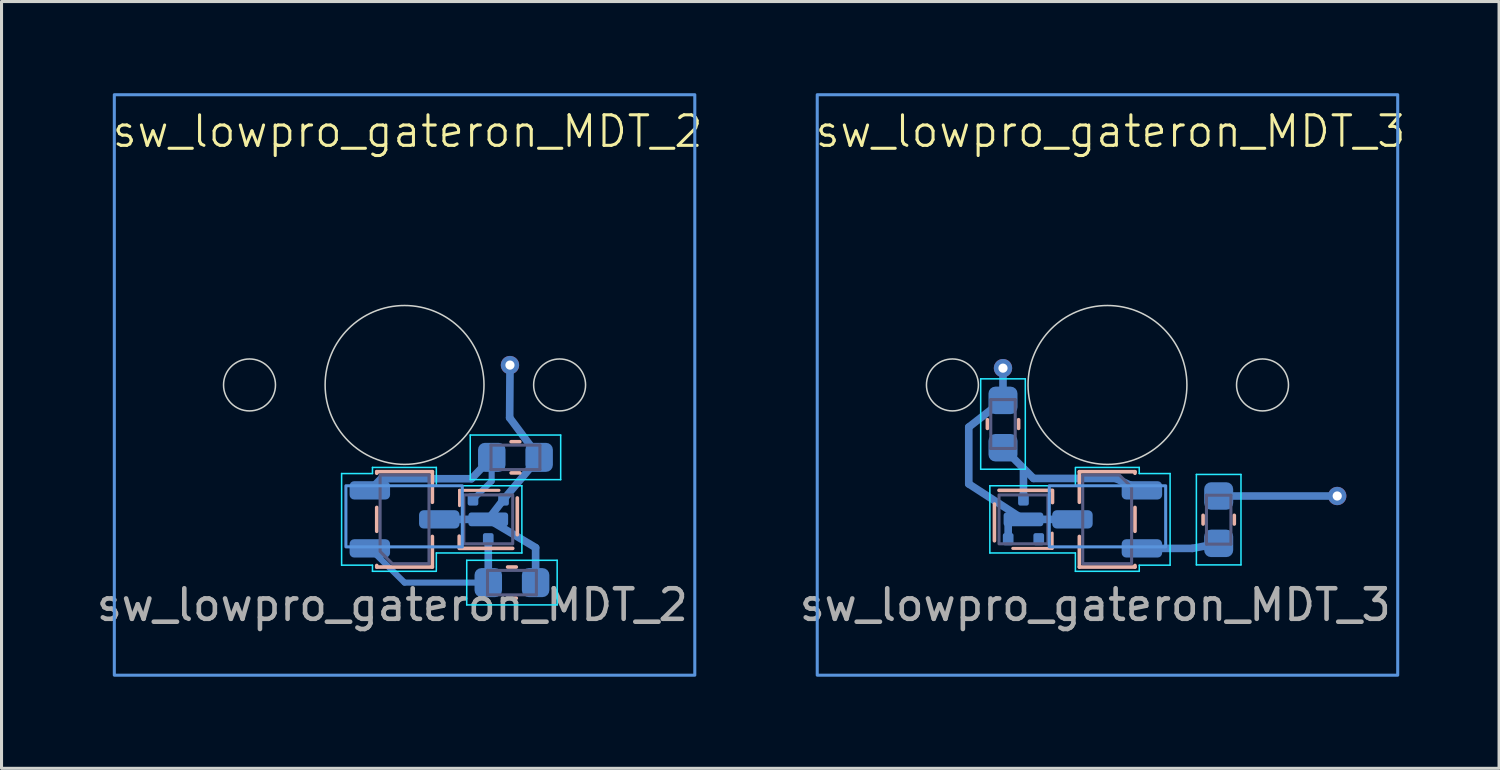
<source format=kicad_pcb>
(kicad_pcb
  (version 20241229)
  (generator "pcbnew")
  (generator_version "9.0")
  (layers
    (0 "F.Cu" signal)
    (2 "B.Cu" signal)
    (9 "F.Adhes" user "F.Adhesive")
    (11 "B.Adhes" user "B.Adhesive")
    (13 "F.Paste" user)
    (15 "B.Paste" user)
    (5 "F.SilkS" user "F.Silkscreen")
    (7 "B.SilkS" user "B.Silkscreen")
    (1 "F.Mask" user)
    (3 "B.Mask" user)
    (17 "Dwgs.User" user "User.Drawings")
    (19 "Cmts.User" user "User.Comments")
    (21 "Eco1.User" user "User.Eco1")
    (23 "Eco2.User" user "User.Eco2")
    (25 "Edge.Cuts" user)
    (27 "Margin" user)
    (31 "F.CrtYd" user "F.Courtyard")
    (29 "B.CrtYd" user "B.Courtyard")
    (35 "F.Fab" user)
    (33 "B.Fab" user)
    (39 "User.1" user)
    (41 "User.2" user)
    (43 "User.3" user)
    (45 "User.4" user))
  (footprint "sw_lowpro_gateron_MDT_2"
    (layer "F.Cu")
    (at 10.192 9.55)
    (property "Reference" "sw_lowpro_gateron_MDT_2" (at 0.1 -8.3 0) (unlocked yes) (layer "F.SilkS") (effects (font (size 1 1) (thickness 0.1))))
    (attr smd)
    (fp_line (start -1.137 3.45) (end -0.76 3.06) (stroke (width 0.25) (type solid)) (layer "B.Cu"))
    (fp_line (start -0.62 3.07) (end 2.18 3.07) (stroke (width 0.25) (type solid)) (layer "B.Cu"))
    (fp_line (start 0 6.47) (end -1.137 5.35) (stroke (width 0.2) (type default)) (layer "B.Cu"))
    (fp_line (start 2.24 3.75) (end 2.85 3.15) (stroke (width 0.2) (type default)) (layer "B.Cu"))
    (fp_line (start 2.74 4.4) (end 1.137 4.4) (stroke (width 0.25) (type solid)) (layer "B.Cu"))
    (fp_line (start 2.74 5.05) (end 2.74 6.47) (stroke (width 0.25) (type solid)) (layer "B.Cu"))
    (fp_line (start 2.74 6.47) (end 0 6.47) (stroke (width 0.2) (type default)) (layer "B.Cu"))
    (fp_line (start 2.85 3.15) (end 2.855 2.37) (stroke (width 0.2) (type default)) (layer "B.Cu"))
    (fp_line (start 2.855 2.37) (end 2.192 3.07) (stroke (width 0.25) (type solid)) (layer "B.Cu"))
    (fp_line (start 3.24 3.75) (end 2.74 4.4) (stroke (width 0.25) (type solid)) (layer "B.Cu"))
    (fp_line (start 3.24 3.75) (end 4.405 2.37) (stroke (width 0.25) (type solid)) (layer "B.Cu"))
    (fp_line (start 3.44 1.075) (end 3.45 -0.35) (stroke (width 0.25) (type solid)) (layer "B.Cu"))
    (fp_line (start 4.29 5.324) (end 2.74 4.4) (stroke (width 0.25) (type solid)) (layer "B.Cu"))
    (fp_line (start 4.29 6.47) (end 4.29 5.33) (stroke (width 0.25) (type solid)) (layer "B.Cu"))
    (fp_line (start 4.405 2.37) (end 3.44 1.075) (stroke (width 0.25) (type solid)) (layer "B.Cu"))
    (fp_line (start -0.91 2.84) (end -0.91 2.89) (stroke (width 0.12) (type solid)) (layer "B.SilkS"))
    (fp_line (start -0.91 4.01) (end -0.91 4.79) (stroke (width 0.12) (type solid)) (layer "B.SilkS"))
    (fp_line (start -0.91 5.91) (end -0.91 5.96) (stroke (width 0.12) (type solid)) (layer "B.SilkS"))
    (fp_line (start -0.91 5.96) (end 0.91 5.96) (stroke (width 0.12) (type solid)) (layer "B.SilkS"))
    (fp_line (start 0.91 2.84) (end -0.91 2.84) (stroke (width 0.12) (type solid)) (layer "B.SilkS"))
    (fp_line (start 0.91 3.84) (end 0.91 2.84) (stroke (width 0.12) (type solid)) (layer "B.SilkS"))
    (fp_line (start 0.91 5.96) (end 0.91 4.96) (stroke (width 0.12) (type solid)) (layer "B.SilkS"))
    (fp_line (start 1.79 4.95) (end 1.79 5.31) (stroke (width 0.12) (type solid)) (layer "B.SilkS"))
    (fp_line (start 1.79 5.35) (end 3.54 5.35) (stroke (width 0.12) (type solid)) (layer "B.SilkS"))
    (fp_line (start 1.8 3.45) (end 1.8 3.95) (stroke (width 0.1) (type default)) (layer "B.SilkS"))
    (fp_line (start 3.09 3.45) (end 1.8 3.45) (stroke (width 0.1) (type default)) (layer "B.SilkS"))
    (fp_line (start 3.374 5.96) (end 3.656 5.96) (stroke (width 0.12) (type solid)) (layer "B.SilkS"))
    (fp_line (start 3.374 6.98) (end 3.656 6.98) (stroke (width 0.12) (type solid)) (layer "B.SilkS"))
    (fp_line (start 3.69 4.9) (end 3.69 3.7) (stroke (width 0.12) (type solid)) (layer "B.SilkS"))
    (fp_line (start 3.771 1.86) (end 3.489 1.86) (stroke (width 0.12) (type solid)) (layer "B.SilkS"))
    (fp_line (start 3.771 2.88) (end 3.489 2.88) (stroke (width 0.12) (type solid)) (layer "B.SilkS"))
    (fp_rect (start -9.5 -9.5) (end 9.5 9.5) (stroke (width 0.1) (type solid)) (fill no) (layer "Cmts.User"))
    (fp_rect (start -1.92 3.3) (end 1.89 5.3) (stroke (width 0.1) (type solid)) (fill no) (layer "Cmts.User"))
    (fp_circle (center 0 0) (end 2.5 0) (stroke (width 0.1) (type default)) (fill no) (layer "Eco1.User"))
    (fp_circle (center -5.075 0) (end -4.225 0) (stroke (width 0.05) (type solid)) (fill no) (layer "Edge.Cuts"))
    (fp_circle (center 0 0) (end 2.6 0) (stroke (width 0.05) (type solid)) (fill no) (layer "Edge.Cuts"))
    (fp_circle (center 5.075 0) (end 5.925 0) (stroke (width 0.05) (type solid)) (fill no) (layer "Edge.Cuts"))
    (fp_line (start -2.06 2.9) (end -2.06 5.9) (stroke (width 0.05) (type solid)) (layer "B.CrtYd"))
    (fp_line (start -2.06 5.9) (end -1.05 5.9) (stroke (width 0.05) (type solid)) (layer "B.CrtYd"))
    (fp_line (start -1.05 2.7) (end -1.05 2.9) (stroke (width 0.05) (type solid)) (layer "B.CrtYd"))
    (fp_line (start -1.05 2.9) (end -2.06 2.9) (stroke (width 0.05) (type solid)) (layer "B.CrtYd"))
    (fp_line (start -1.05 5.9) (end -1.05 6.1) (stroke (width 0.05) (type solid)) (layer "B.CrtYd"))
    (fp_line (start -1.05 6.1) (end 1.04 6.1) (stroke (width 0.05) (type solid)) (layer "B.CrtYd"))
    (fp_line (start 1.04 2.7) (end -1.05 2.7) (stroke (width 0.05) (type solid)) (layer "B.CrtYd"))
    (fp_line (start 1.04 3.3) (end 1.04 2.7) (stroke (width 0.05) (type solid)) (layer "B.CrtYd"))
    (fp_line (start 1.04 5.5) (end 3.84 5.5) (stroke (width 0.05) (type solid)) (layer "B.CrtYd"))
    (fp_line (start 1.04 6.075) (end 1.04 5.5) (stroke (width 0.05) (type solid)) (layer "B.CrtYd"))
    (fp_line (start 2.035 5.74) (end 2.035 7.2) (stroke (width 0.05) (type solid)) (layer "B.CrtYd"))
    (fp_line (start 2.035 7.2) (end 4.995 7.2) (stroke (width 0.05) (type solid)) (layer "B.CrtYd"))
    (fp_line (start 2.15 1.64) (end 2.15 3.1) (stroke (width 0.05) (type solid)) (layer "B.CrtYd"))
    (fp_line (start 2.15 3.1) (end 5.11 3.1) (stroke (width 0.05) (type solid)) (layer "B.CrtYd"))
    (fp_line (start 3.84 3.3) (end 1.04 3.3) (stroke (width 0.05) (type solid)) (layer "B.CrtYd"))
    (fp_line (start 3.84 5.5) (end 3.84 3.3) (stroke (width 0.05) (type solid)) (layer "B.CrtYd"))
    (fp_line (start 4.995 5.74) (end 2.035 5.74) (stroke (width 0.05) (type solid)) (layer "B.CrtYd"))
    (fp_line (start 4.995 7.2) (end 4.995 5.74) (stroke (width 0.05) (type solid)) (layer "B.CrtYd"))
    (fp_line (start 5.11 1.64) (end 2.15 1.64) (stroke (width 0.05) (type solid)) (layer "B.CrtYd"))
    (fp_line (start 5.11 3.1) (end 5.11 1.64) (stroke (width 0.05) (type solid)) (layer "B.CrtYd"))
    (fp_line (start 2.715 6.07) (end 2.715 6.87) (stroke (width 0.1) (type solid)) (layer "B.Fab"))
    (fp_line (start 2.715 6.87) (end 4.315 6.87) (stroke (width 0.1) (type solid)) (layer "B.Fab"))
    (fp_line (start 2.83 1.97) (end 2.83 2.77) (stroke (width 0.1) (type solid)) (layer "B.Fab"))
    (fp_line (start 2.83 2.77) (end 4.43 2.77) (stroke (width 0.1) (type solid)) (layer "B.Fab"))
    (fp_line (start 4.315 6.07) (end 2.715 6.07) (stroke (width 0.1) (type solid)) (layer "B.Fab"))
    (fp_line (start 4.315 6.87) (end 4.315 6.07) (stroke (width 0.1) (type solid)) (layer "B.Fab"))
    (fp_line (start 4.43 1.97) (end 2.83 1.97) (stroke (width 0.1) (type solid)) (layer "B.Fab"))
    (fp_line (start 4.43 2.77) (end 4.43 1.97) (stroke (width 0.1) (type solid)) (layer "B.Fab"))
    (fp_rect (start 1.94 3.6) (end 3.54 5.2) (stroke (width 0.1) (type solid)) (fill no) (layer "B.Fab"))
    (fp_poly (pts (xy -0.8 5.45) (xy -0.8 2.95) (xy 0.8 2.95) (xy 0.8 5.85) (xy -0.4 5.85)) (stroke (width 0.1) (type solid)) (fill no) (layer "B.Fab"))
    (fp_rect (start -2.5 -6) (end 2.5 -3.5) (stroke (width 0.1) (type solid)) (fill no) (layer "User.2"))
    (fp_line (start -0.01 5.55) (end -0.01 3.05) (stroke (width 0.1) (type solid)) (layer "User.3"))
    (fp_line (start 1.885 4.3) (end -1.915 4.3) (stroke (width 0.1) (type solid)) (layer "User.3"))
    (fp_line (start -7 -7) (end 7 -7) (stroke (width 0.1) (type solid)) (layer "User.4"))
    (fp_line (start -7 7) (end -7 -7) (stroke (width 0.1) (type solid)) (layer "User.4"))
    (fp_line (start 7 -7) (end 7 7) (stroke (width 0.1) (type solid)) (layer "User.4"))
    (fp_line (start 7 7) (end -7 7) (stroke (width 0.1) (type solid)) (layer "User.4"))
    (fp_circle (center -0.01 4.3) (end -1.26 4.3) (stroke (width 0.1) (type solid)) (fill no) (layer "User.4"))
    (fp_text user "${REFERENCE}" (at -0.4 7.2 0) (unlocked yes) (layer "F.Fab") (effects (font (size 1 1) (thickness 0.15))))
    (pad "1" smd roundrect (at -1.137 5.35 180) (size 1.325 0.6) (layers "B.Cu" "B.Mask" "B.Paste") (roundrect_rratio 0.25))
    (pad "1" smd roundrect (at 2.74 5.05 90) (size 0.4 0.35) (layers "B.Cu" "B.Mask" "B.Paste") (roundrect_rratio 0.2))
    (pad "1" smd roundrect (at 2.74 6.47 180) (size 0.9 0.95) (layers "B.Cu" "B.Mask" "B.Paste") (roundrect_rratio 0.25))
    (pad "2" smd roundrect (at -1.137 3.45 180) (size 1.325 0.6) (layers "B.Cu" "B.Mask" "B.Paste") (roundrect_rratio 0.25))
    (pad "2" smd roundrect (at 2.24 3.75 90) (size 0.4 0.35) (layers "B.Cu" "B.Mask" "B.Paste") (roundrect_rratio 0.2))
    (pad "2" smd roundrect (at 2.855 2.37) (size 0.9 0.95) (layers "B.Cu" "B.Mask" "B.Paste") (roundrect_rratio 0.25))
    (pad "3" smd roundrect (at 1.137 4.4 180) (size 1.325 0.6) (layers "B.Cu" "B.Mask" "B.Paste") (roundrect_rratio 0.25))
    (pad "3" smd roundrect (at 2.74 4.4 90) (size 0.45 1.3) (layers "B.Cu" "B.Mask" "B.Paste") (roundrect_rratio 0.2))
    (pad "3" smd roundrect (at 3.24 3.75 90) (size 0.4 0.35) (layers "B.Cu" "B.Mask" "B.Paste") (roundrect_rratio 0.2))
    (pad "3" thru_hole circle (at 3.45 -0.65 270) (size 0.6 0.6) (drill 0.3) (layers "*.Cu" "*.Mask"))
    (pad "3" smd roundrect (at 4.29 6.47 180) (size 0.9 0.95) (layers "B.Cu" "B.Mask" "B.Paste") (roundrect_rratio 0.25))
    (pad "3" smd roundrect (at 4.405 2.37) (size 0.9 0.95) (layers "B.Cu" "B.Mask" "B.Paste") (roundrect_rratio 0.25))
    (zone (net_name "") (layers "F.Cu" "B.Cu") (hatch edge 0.5) (connect_pads) (min_thickness 0.25) (filled_areas_thickness no) (keepout (tracks allowed) (vias allowed) (pads allowed) (copperpour not_allowed) (footprints allowed)) (placement (enabled no)) (fill) (polygon (pts (xy 3.192 9.55) (xy 17.192 9.55) (xy 17.192 19.05) (xy 3.192 19.05))))
    (zone (net_name "") (layer "User.6") (hatch edge 0.5) (connect_pads) (min_thickness 0.25) (filled_areas_thickness no) (keepout (tracks allowed) (vias allowed) (pads allowed) (copperpour not_allowed) (footprints allowed)) (placement (enabled no)) (fill) (polygon (pts (xy 3.192 9.55) (xy 17.192 9.55) (xy 17.192 19.05) (xy 3.292 19.05)))))
  (footprint "sw_lowpro_gateron_MDT_3"
    (layer "F.Cu")
    (at 33.2 9.55)
    (property "Reference" "sw_lowpro_gateron_MDT_3" (at 0.1 -8.3 0) (unlocked yes) (layer "F.SilkS") (effects (font (size 1 1) (thickness 0.1))))
    (attr smd)
    (fp_line (start -4.54 1.38) (end -4.54 3.24) (stroke (width 0.25) (type solid)) (layer "B.Cu"))
    (fp_line (start -4.54 3.24) (end -2.75 4.4) (stroke (width 0.25) (type solid)) (layer "B.Cu"))
    (fp_line (start -3.42 0.505) (end -4.54 1.38) (stroke (width 0.25) (type solid)) (layer "B.Cu"))
    (fp_line (start -3.42 0.505) (end -3.42 -0.25) (stroke (width 0.25) (type solid)) (layer "B.Cu"))
    (fp_line (start -3.42 2.055) (end -2.42 3.06) (stroke (width 0.25) (type solid)) (layer "B.Cu"))
    (fp_line (start -3.25 5.05) (end -3.25 4.4) (stroke (width 0.25) (type solid)) (layer "B.Cu"))
    (fp_line (start -2.75 3.75) (end -2.75 2.75) (stroke (width 0.25) (type solid)) (layer "B.Cu"))
    (fp_line (start -2.75 4.4) (end -1.147 4.4) (stroke (width 0.25) (type solid)) (layer "B.Cu"))
    (fp_line (start -2.42 3.06) (end 0.26 3.06) (stroke (width 0.25) (type solid)) (layer "B.Cu"))
    (fp_line (start 0.26 3.06) (end 1.127 3.45) (stroke (width 0.25) (type solid)) (layer "B.Cu"))
    (fp_line (start 1.127 5.35) (end 2.78 5.35) (stroke (width 0.25) (type solid)) (layer "B.Cu"))
    (fp_line (start 2.78 5.35) (end 3.64 5.185) (stroke (width 0.25) (type solid)) (layer "B.Cu"))
    (fp_line (start 3.64 3.635) (end 7.22 3.635) (stroke (width 0.25) (type solid)) (layer "B.Cu"))
    (fp_line (start -3.93 1.421) (end -3.93 1.139) (stroke (width 0.12) (type solid)) (layer "B.SilkS"))
    (fp_line (start -3.7 3.9) (end -3.7 5.1) (stroke (width 0.12) (type solid)) (layer "B.SilkS"))
    (fp_line (start -3.1 5.35) (end -1.81 5.35) (stroke (width 0.1) (type default)) (layer "B.SilkS"))
    (fp_line (start -2.91 1.421) (end -2.91 1.139) (stroke (width 0.12) (type solid)) (layer "B.SilkS"))
    (fp_line (start -1.81 5.35) (end -1.81 4.85) (stroke (width 0.1) (type default)) (layer "B.SilkS"))
    (fp_line (start -1.8 3.45) (end -3.55 3.45) (stroke (width 0.12) (type solid)) (layer "B.SilkS"))
    (fp_line (start -1.8 3.85) (end -1.8 3.49) (stroke (width 0.12) (type solid)) (layer "B.SilkS"))
    (fp_line (start -0.92 2.84) (end -0.92 3.84) (stroke (width 0.12) (type solid)) (layer "B.SilkS"))
    (fp_line (start -0.92 4.96) (end -0.92 5.96) (stroke (width 0.12) (type solid)) (layer "B.SilkS"))
    (fp_line (start -0.92 5.96) (end 0.9 5.96) (stroke (width 0.12) (type solid)) (layer "B.SilkS"))
    (fp_line (start 0.9 2.84) (end -0.92 2.84) (stroke (width 0.12) (type solid)) (layer "B.SilkS"))
    (fp_line (start 0.9 2.89) (end 0.9 2.84) (stroke (width 0.12) (type solid)) (layer "B.SilkS"))
    (fp_line (start 0.9 4.79) (end 0.9 4.01) (stroke (width 0.12) (type solid)) (layer "B.SilkS"))
    (fp_line (start 0.9 5.96) (end 0.9 5.91) (stroke (width 0.12) (type solid)) (layer "B.SilkS"))
    (fp_line (start 3.13 4.269) (end 3.13 4.551) (stroke (width 0.12) (type solid)) (layer "B.SilkS"))
    (fp_line (start 4.15 4.269) (end 4.15 4.551) (stroke (width 0.12) (type solid)) (layer "B.SilkS"))
    (fp_rect (start -9.5 -9.5) (end 9.5 9.5) (stroke (width 0.1) (type solid)) (fill no) (layer "Cmts.User"))
    (fp_rect (start -1.905 3.3) (end 1.905 5.3) (stroke (width 0.1) (type solid)) (fill no) (layer "Cmts.User"))
    (fp_circle (center 0 0) (end 2.5 0) (stroke (width 0.1) (type default)) (fill no) (layer "Eco1.User"))
    (fp_circle (center -5.075 0) (end -4.225 0) (stroke (width 0.05) (type solid)) (fill no) (layer "Edge.Cuts"))
    (fp_circle (center 0 0) (end 2.6 0) (stroke (width 0.05) (type solid)) (fill no) (layer "Edge.Cuts"))
    (fp_circle (center 5.075 0) (end 5.925 0) (stroke (width 0.05) (type solid)) (fill no) (layer "Edge.Cuts"))
    (fp_line (start -4.15 -0.2) (end -4.15 2.76) (stroke (width 0.05) (type solid)) (layer "B.CrtYd"))
    (fp_line (start -4.15 2.76) (end -2.69 2.76) (stroke (width 0.05) (type solid)) (layer "B.CrtYd"))
    (fp_line (start -3.85 3.3) (end -3.85 5.5) (stroke (width 0.05) (type solid)) (layer "B.CrtYd"))
    (fp_line (start -3.85 5.5) (end -1.05 5.5) (stroke (width 0.05) (type solid)) (layer "B.CrtYd"))
    (fp_line (start -2.69 -0.2) (end -4.15 -0.2) (stroke (width 0.05) (type solid)) (layer "B.CrtYd"))
    (fp_line (start -2.69 2.76) (end -2.69 -0.2) (stroke (width 0.05) (type solid)) (layer "B.CrtYd"))
    (fp_line (start -1.05 2.725) (end -1.05 3.3) (stroke (width 0.05) (type solid)) (layer "B.CrtYd"))
    (fp_line (start -1.05 3.3) (end -3.85 3.3) (stroke (width 0.05) (type solid)) (layer "B.CrtYd"))
    (fp_line (start -1.05 5.5) (end -1.05 6.1) (stroke (width 0.05) (type solid)) (layer "B.CrtYd"))
    (fp_line (start -1.05 6.1) (end 1.04 6.1) (stroke (width 0.05) (type solid)) (layer "B.CrtYd"))
    (fp_line (start 1.04 2.7) (end -1.05 2.7) (stroke (width 0.05) (type solid)) (layer "B.CrtYd"))
    (fp_line (start 1.04 2.9) (end 1.04 2.7) (stroke (width 0.05) (type solid)) (layer "B.CrtYd"))
    (fp_line (start 1.04 5.9) (end 2.05 5.9) (stroke (width 0.05) (type solid)) (layer "B.CrtYd"))
    (fp_line (start 1.04 6.1) (end 1.04 5.9) (stroke (width 0.05) (type solid)) (layer "B.CrtYd"))
    (fp_line (start 2.05 2.9) (end 1.04 2.9) (stroke (width 0.05) (type solid)) (layer "B.CrtYd"))
    (fp_line (start 2.05 5.9) (end 2.05 2.9) (stroke (width 0.05) (type solid)) (layer "B.CrtYd"))
    (fp_line (start 2.91 2.93) (end 2.91 5.89) (stroke (width 0.05) (type solid)) (layer "B.CrtYd"))
    (fp_line (start 2.91 5.89) (end 4.37 5.89) (stroke (width 0.05) (type solid)) (layer "B.CrtYd"))
    (fp_line (start 4.37 2.93) (end 2.91 2.93) (stroke (width 0.05) (type solid)) (layer "B.CrtYd"))
    (fp_line (start 4.37 5.89) (end 4.37 2.93) (stroke (width 0.05) (type solid)) (layer "B.CrtYd"))
    (fp_line (start -3.82 0.48) (end -3.82 2.08) (stroke (width 0.1) (type solid)) (layer "B.Fab"))
    (fp_line (start -3.82 2.08) (end -3.02 2.08) (stroke (width 0.1) (type solid)) (layer "B.Fab"))
    (fp_line (start -3.02 0.48) (end -3.82 0.48) (stroke (width 0.1) (type solid)) (layer "B.Fab"))
    (fp_line (start -3.02 2.08) (end -3.02 0.48) (stroke (width 0.1) (type solid)) (layer "B.Fab"))
    (fp_line (start 3.24 3.61) (end 3.24 5.21) (stroke (width 0.1) (type solid)) (layer "B.Fab"))
    (fp_line (start 3.24 5.21) (end 4.04 5.21) (stroke (width 0.1) (type solid)) (layer "B.Fab"))
    (fp_line (start 4.04 3.61) (end 3.24 3.61) (stroke (width 0.1) (type solid)) (layer "B.Fab"))
    (fp_line (start 4.04 5.21) (end 4.04 3.61) (stroke (width 0.1) (type solid)) (layer "B.Fab"))
    (fp_rect (start -3.55 3.6) (end -1.95 5.2) (stroke (width 0.1) (type solid)) (fill no) (layer "B.Fab"))
    (fp_poly (pts (xy 0.79 3.35) (xy 0.79 5.85) (xy -0.81 5.85) (xy -0.81 2.95) (xy 0.39 2.95)) (stroke (width 0.1) (type solid)) (fill no) (layer "B.Fab"))
    (fp_rect (start -2.5 -6) (end 2.5 -3.5) (stroke (width 0.1) (type solid)) (fill no) (layer "User.2"))
    (fp_line (start -1.905 4.3) (end 1.905 4.3) (stroke (width 0.1) (type solid)) (layer "User.3"))
    (fp_line (start 0 3.25) (end 0 5.75) (stroke (width 0.1) (type solid)) (layer "User.3"))
    (fp_line (start -7 -7) (end 7 -7) (stroke (width 0.1) (type solid)) (layer "User.4"))
    (fp_line (start -7 7) (end -7 -7) (stroke (width 0.1) (type solid)) (layer "User.4"))
    (fp_line (start 7 -7) (end 7 7) (stroke (width 0.1) (type solid)) (layer "User.4"))
    (fp_line (start 7 7) (end -7 7) (stroke (width 0.1) (type solid)) (layer "User.4"))
    (fp_circle (center 0 4.5) (end 1.25 4.5) (stroke (width 0.1) (type solid)) (fill no) (layer "User.4"))
    (fp_text user "${REFERENCE}" (at -0.4 7.2 0) (unlocked yes) (layer "F.Fab") (effects (font (size 1 1) (thickness 0.15))))
    (pad "1" smd roundrect (at -3.42 2.055 270) (size 0.9 0.95) (layers "B.Cu" "B.Mask" "B.Paste") (roundrect_rratio 0.25))
    (pad "1" smd roundrect (at -2.75 3.75 270) (size 0.4 0.35) (layers "B.Cu" "B.Mask" "B.Paste") (roundrect_rratio 0.2))
    (pad "1" smd roundrect (at 1.127 3.45) (size 1.325 0.6) (layers "B.Cu" "B.Mask" "B.Paste") (roundrect_rratio 0.25))
    (pad "2" smd roundrect (at -2.25 5.05 270) (size 0.4 0.35) (layers "B.Cu" "B.Mask" "B.Paste") (roundrect_rratio 0.2))
    (pad "2" smd roundrect (at 1.127 5.35) (size 1.325 0.6) (layers "B.Cu" "B.Mask" "B.Paste") (roundrect_rratio 0.25))
    (pad "2" smd roundrect (at 3.64 5.185 90) (size 0.9 0.95) (layers "B.Cu" "B.Mask" "B.Paste") (roundrect_rratio 0.25))
    (pad "3" thru_hole circle (at -3.42 -0.55 270) (size 0.6 0.6) (drill 0.3) (layers "*.Cu" "*.Mask"))
    (pad "3" smd roundrect (at -3.42 0.505 270) (size 0.9 0.95) (layers "B.Cu" "B.Mask" "B.Paste") (roundrect_rratio 0.25))
    (pad "3" smd roundrect (at -3.25 5.05 270) (size 0.4 0.35) (layers "B.Cu" "B.Mask" "B.Paste") (roundrect_rratio 0.2))
    (pad "3" smd roundrect (at -2.75 4.4 270) (size 0.45 1.3) (layers "B.Cu" "B.Mask" "B.Paste") (roundrect_rratio 0.2))
    (pad "3" smd roundrect (at -1.147 4.4) (size 1.325 0.6) (layers "B.Cu" "B.Mask" "B.Paste") (roundrect_rratio 0.25))
    (pad "3" smd roundrect (at 3.64 3.635 90) (size 0.9 0.95) (layers "B.Cu" "B.Mask" "B.Paste") (roundrect_rratio 0.25))
    (pad "3" thru_hole circle (at 7.52 3.635 270) (size 0.6 0.6) (drill 0.3) (layers "*.Cu" "*.Mask"))
    (zone (net_name "") (layers "F.Cu" "B.Cu") (hatch edge 0.5) (connect_pads) (min_thickness 0.25) (filled_areas_thickness no) (keepout (tracks allowed) (vias allowed) (pads allowed) (copperpour not_allowed) (footprints allowed)) (placement (enabled no)) (fill) (polygon (pts (xy 26.2 9.55) (xy 40.2 9.55) (xy 40.2 19.05) (xy 26.2 19.05))))
    (zone (net_name "") (layer "User.6") (hatch edge 0.5) (connect_pads) (min_thickness 0.25) (filled_areas_thickness no) (keepout (tracks allowed) (vias allowed) (pads allowed) (copperpour not_allowed) (footprints allowed)) (placement (enabled no)) (fill) (polygon (pts (xy 26.2 9.55) (xy 40.2 9.55) (xy 40.2 19.05) (xy 26.3 19.05)))))
  (gr_rect
    (start -3 -3)
    (end 46.017 22.1)
    (stroke (width 0.1) (type default))
    (fill no)
    (layer "Edge.Cuts")))
</source>
